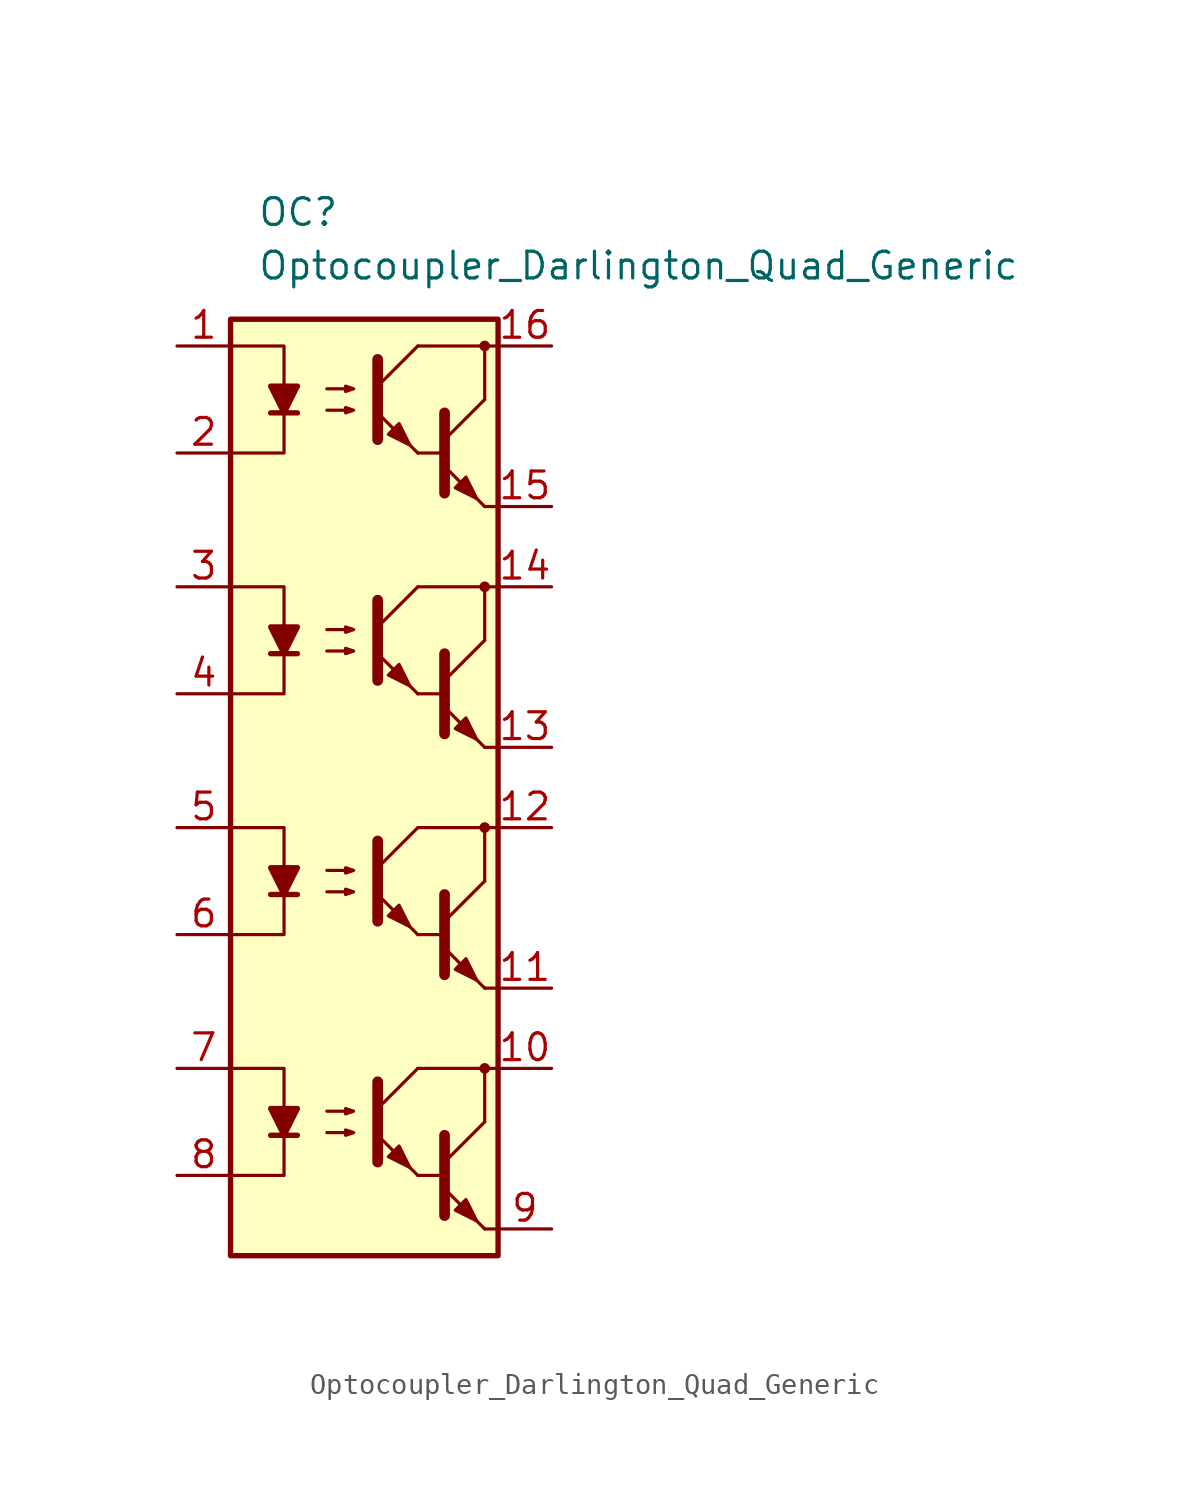
<source format=kicad_sym>
(kicad_symbol_lib
  (version 20211014)
  (generator kicad_symbol_editor)
  (symbol "Optocoupler_AKL:Optocoupler_Darlington_Quad_Generic"
    (pin_names
      (offset 1.016))
    (property "Reference" "OC"
      (at -5.08 26.67 0)
      (effects (font (size 1.27 1.27)) (justify left)))
    (property "Value" "Optocoupler_Darlington_Quad_Generic"
      (at -5.08 24.13 0)
      (effects (font (size 1.27 1.27)) (justify left)))
    (symbol "Optocoupler_Darlington_Quad_Generic_0_1"
      (rectangle (start -6.35 21.59) (end 6.35 -22.86) (stroke (width 0.254) (type default) (color 0 0 0 0)) (fill (type background)))
      (polyline (pts (xy -4.445 17.145) (xy -3.175 17.145)) (stroke (width 0.254) (type default) (color 0 0 0 0)) (fill (type none)))
      (polyline (pts (xy 2.54 15.24) (xy 3.81 15.24)) (stroke (width 0) (type default) (color 0 0 0 0)) (fill (type none)))
      (polyline (pts (xy 3.81 15.875) (xy 5.715 17.78)) (stroke (width 0) (type default) (color 0 0 0 0)) (fill (type none)))
      (polyline (pts (xy 5.715 12.7) (xy 3.81 14.605)) (stroke (width 0) (type default) (color 0 0 0 0)) (fill (type outline)))
      (polyline (pts (xy 5.715 12.7) (xy 6.35 12.7)) (stroke (width 0) (type default) (color 0 0 0 0)) (fill (type none)))
      (polyline (pts (xy 5.715 17.78) (xy 5.715 20.32)) (stroke (width 0) (type default) (color 0 0 0 0)) (fill (type none)))
      (polyline (pts (xy 6.35 20.32) (xy 2.54 20.32)) (stroke (width 0) (type default) (color 0 0 0 0)) (fill (type none)))
      (polyline (pts (xy -6.35 20.32) (xy -3.81 20.32) (xy -3.81 17.145)) (stroke (width 0) (type default) (color 0 0 0 0)) (fill (type none)))
      (polyline (pts (xy -3.81 17.145) (xy -3.81 15.24) (xy -6.35 15.24)) (stroke (width 0) (type default) (color 0 0 0 0)) (fill (type none)))
      (polyline (pts (xy 3.81 17.145) (xy 3.81 13.335) (xy 3.81 13.335)) (stroke (width 0.508) (type default) (color 0 0 0 0)) (fill (type none)))
      (polyline (pts (xy -3.81 17.145) (xy -4.445 18.415) (xy -3.175 18.415) (xy -3.81 17.145)) (stroke (width 0.254) (type default) (color 0 0 0 0)) (fill (type outline)))
      (polyline (pts (xy -1.778 17.272) (xy -0.508 17.272) (xy -0.889 17.145) (xy -0.889 17.399) (xy -0.508 17.272)) (stroke (width 0) (type default) (color 0 0 0 0)) (fill (type none)))
      (polyline (pts (xy -1.778 18.288) (xy -0.508 18.288) (xy -0.889 18.161) (xy -0.889 18.415) (xy -0.508 18.288)) (stroke (width 0) (type default) (color 0 0 0 0)) (fill (type none)))
      (polyline (pts (xy 4.318 13.589) (xy 4.826 14.097) (xy 5.334 13.081) (xy 4.318 13.589) (xy 4.318 13.589)) (stroke (width 0) (type default) (color 0 0 0 0)) (fill (type outline)))
      (circle (center 5.715 20.32) (radius 0.178) (stroke (width 0)) (stroke (width 0) (type default) (color 0 0 0 0)) (fill (type outline))))
    (symbol "Optocoupler_Darlington_Quad_Generic_1_1"
      (polyline (pts (xy -4.445 -17.145) (xy -3.175 -17.145)) (stroke (width 0.254) (type default) (color 0 0 0 0)) (fill (type none)))
      (polyline (pts (xy -4.445 -5.715) (xy -3.175 -5.715)) (stroke (width 0.254) (type default) (color 0 0 0 0)) (fill (type none)))
      (polyline (pts (xy -4.445 5.715) (xy -3.175 5.715)) (stroke (width 0.254) (type default) (color 0 0 0 0)) (fill (type none)))
      (polyline (pts (xy 0.635 -15.875) (xy 2.54 -13.97)) (stroke (width 0) (type default) (color 0 0 0 0)) (fill (type none)))
      (polyline (pts (xy 0.635 -4.445) (xy 2.54 -2.54)) (stroke (width 0) (type default) (color 0 0 0 0)) (fill (type none)))
      (polyline (pts (xy 0.635 6.985) (xy 2.54 8.89)) (stroke (width 0) (type default) (color 0 0 0 0)) (fill (type none)))
      (polyline (pts (xy 0.635 18.415) (xy 2.54 20.32)) (stroke (width 0) (type default) (color 0 0 0 0)) (fill (type none)))
      (polyline (pts (xy 2.54 -19.05) (xy 0.635 -17.145)) (stroke (width 0) (type default) (color 0 0 0 0)) (fill (type outline)))
      (polyline (pts (xy 2.54 -19.05) (xy 3.81 -19.05)) (stroke (width 0) (type default) (color 0 0 0 0)) (fill (type none)))
      (polyline (pts (xy 2.54 -7.62) (xy 0.635 -5.715)) (stroke (width 0) (type default) (color 0 0 0 0)) (fill (type outline)))
      (polyline (pts (xy 2.54 -7.62) (xy 3.81 -7.62)) (stroke (width 0) (type default) (color 0 0 0 0)) (fill (type none)))
      (polyline (pts (xy 2.54 3.81) (xy 0.635 5.715)) (stroke (width 0) (type default) (color 0 0 0 0)) (fill (type outline)))
      (polyline (pts (xy 2.54 3.81) (xy 3.81 3.81)) (stroke (width 0) (type default) (color 0 0 0 0)) (fill (type none)))
      (polyline (pts (xy 2.54 15.24) (xy 0.635 17.145)) (stroke (width 0) (type default) (color 0 0 0 0)) (fill (type outline)))
      (polyline (pts (xy 3.81 -18.415) (xy 5.715 -16.51)) (stroke (width 0) (type default) (color 0 0 0 0)) (fill (type none)))
      (polyline (pts (xy 3.81 -6.985) (xy 5.715 -5.08)) (stroke (width 0) (type default) (color 0 0 0 0)) (fill (type none)))
      (polyline (pts (xy 3.81 4.445) (xy 5.715 6.35)) (stroke (width 0) (type default) (color 0 0 0 0)) (fill (type none)))
      (polyline (pts (xy 5.715 -21.59) (xy 3.81 -19.685)) (stroke (width 0) (type default) (color 0 0 0 0)) (fill (type outline)))
      (polyline (pts (xy 5.715 -21.59) (xy 6.35 -21.59)) (stroke (width 0) (type default) (color 0 0 0 0)) (fill (type none)))
      (polyline (pts (xy 5.715 -16.51) (xy 5.715 -13.97)) (stroke (width 0) (type default) (color 0 0 0 0)) (fill (type none)))
      (polyline (pts (xy 5.715 -10.16) (xy 3.81 -8.255)) (stroke (width 0) (type default) (color 0 0 0 0)) (fill (type outline)))
      (polyline (pts (xy 5.715 -10.16) (xy 6.35 -10.16)) (stroke (width 0) (type default) (color 0 0 0 0)) (fill (type none)))
      (polyline (pts (xy 5.715 -5.08) (xy 5.715 -2.54)) (stroke (width 0) (type default) (color 0 0 0 0)) (fill (type none)))
      (polyline (pts (xy 5.715 1.27) (xy 3.81 3.175)) (stroke (width 0) (type default) (color 0 0 0 0)) (fill (type outline)))
      (polyline (pts (xy 5.715 1.27) (xy 6.35 1.27)) (stroke (width 0) (type default) (color 0 0 0 0)) (fill (type none)))
      (polyline (pts (xy 5.715 6.35) (xy 5.715 8.89)) (stroke (width 0) (type default) (color 0 0 0 0)) (fill (type none)))
      (polyline (pts (xy 6.35 -13.97) (xy 2.54 -13.97)) (stroke (width 0) (type default) (color 0 0 0 0)) (fill (type none)))
      (polyline (pts (xy 6.35 -2.54) (xy 2.54 -2.54)) (stroke (width 0) (type default) (color 0 0 0 0)) (fill (type none)))
      (polyline (pts (xy 6.35 8.89) (xy 2.54 8.89)) (stroke (width 0) (type default) (color 0 0 0 0)) (fill (type none)))
      (polyline (pts (xy -6.35 -13.97) (xy -3.81 -13.97) (xy -3.81 -17.145)) (stroke (width 0) (type default) (color 0 0 0 0)) (fill (type none)))
      (polyline (pts (xy -6.35 -2.54) (xy -3.81 -2.54) (xy -3.81 -5.715)) (stroke (width 0) (type default) (color 0 0 0 0)) (fill (type none)))
      (polyline (pts (xy -6.35 8.89) (xy -3.81 8.89) (xy -3.81 5.715)) (stroke (width 0) (type default) (color 0 0 0 0)) (fill (type none)))
      (polyline (pts (xy -3.81 -17.145) (xy -3.81 -19.05) (xy -6.35 -19.05)) (stroke (width 0) (type default) (color 0 0 0 0)) (fill (type none)))
      (polyline (pts (xy -3.81 -5.715) (xy -3.81 -7.62) (xy -6.35 -7.62)) (stroke (width 0) (type default) (color 0 0 0 0)) (fill (type none)))
      (polyline (pts (xy -3.81 5.715) (xy -3.81 3.81) (xy -6.35 3.81)) (stroke (width 0) (type default) (color 0 0 0 0)) (fill (type none)))
      (polyline (pts (xy 0.635 -14.605) (xy 0.635 -18.415) (xy 0.635 -18.415)) (stroke (width 0.508) (type default) (color 0 0 0 0)) (fill (type none)))
      (polyline (pts (xy 0.635 -3.175) (xy 0.635 -6.985) (xy 0.635 -6.985)) (stroke (width 0.508) (type default) (color 0 0 0 0)) (fill (type none)))
      (polyline (pts (xy 0.635 8.255) (xy 0.635 4.445) (xy 0.635 4.445)) (stroke (width 0.508) (type default) (color 0 0 0 0)) (fill (type none)))
      (polyline (pts (xy 0.635 19.685) (xy 0.635 15.875) (xy 0.635 15.875)) (stroke (width 0.508) (type default) (color 0 0 0 0)) (fill (type none)))
      (polyline (pts (xy 3.81 -17.145) (xy 3.81 -20.955) (xy 3.81 -20.955)) (stroke (width 0.508) (type default) (color 0 0 0 0)) (fill (type none)))
      (polyline (pts (xy 3.81 -5.715) (xy 3.81 -9.525) (xy 3.81 -9.525)) (stroke (width 0.508) (type default) (color 0 0 0 0)) (fill (type none)))
      (polyline (pts (xy 3.81 5.715) (xy 3.81 1.905) (xy 3.81 1.905)) (stroke (width 0.508) (type default) (color 0 0 0 0)) (fill (type none)))
      (polyline (pts (xy -3.81 -17.145) (xy -4.445 -15.875) (xy -3.175 -15.875) (xy -3.81 -17.145)) (stroke (width 0.254) (type default) (color 0 0 0 0)) (fill (type outline)))
      (polyline (pts (xy -3.81 -5.715) (xy -4.445 -4.445) (xy -3.175 -4.445) (xy -3.81 -5.715)) (stroke (width 0.254) (type default) (color 0 0 0 0)) (fill (type outline)))
      (polyline (pts (xy -3.81 5.715) (xy -4.445 6.985) (xy -3.175 6.985) (xy -3.81 5.715)) (stroke (width 0.254) (type default) (color 0 0 0 0)) (fill (type outline)))
      (polyline (pts (xy -1.778 -17.018) (xy -0.508 -17.018) (xy -0.889 -17.145) (xy -0.889 -16.891) (xy -0.508 -17.018)) (stroke (width 0) (type default) (color 0 0 0 0)) (fill (type none)))
      (polyline (pts (xy -1.778 -16.002) (xy -0.508 -16.002) (xy -0.889 -16.129) (xy -0.889 -15.875) (xy -0.508 -16.002)) (stroke (width 0) (type default) (color 0 0 0 0)) (fill (type none)))
      (polyline (pts (xy -1.778 -5.588) (xy -0.508 -5.588) (xy -0.889 -5.715) (xy -0.889 -5.461) (xy -0.508 -5.588)) (stroke (width 0) (type default) (color 0 0 0 0)) (fill (type none)))
      (polyline (pts (xy -1.778 -4.572) (xy -0.508 -4.572) (xy -0.889 -4.699) (xy -0.889 -4.445) (xy -0.508 -4.572)) (stroke (width 0) (type default) (color 0 0 0 0)) (fill (type none)))
      (polyline (pts (xy -1.778 5.842) (xy -0.508 5.842) (xy -0.889 5.715) (xy -0.889 5.969) (xy -0.508 5.842)) (stroke (width 0) (type default) (color 0 0 0 0)) (fill (type none)))
      (polyline (pts (xy -1.778 6.858) (xy -0.508 6.858) (xy -0.889 6.731) (xy -0.889 6.985) (xy -0.508 6.858)) (stroke (width 0) (type default) (color 0 0 0 0)) (fill (type none)))
      (polyline (pts (xy 1.143 -18.161) (xy 1.651 -17.653) (xy 2.159 -18.669) (xy 1.143 -18.161) (xy 1.143 -18.161)) (stroke (width 0) (type default) (color 0 0 0 0)) (fill (type outline)))
      (polyline (pts (xy 1.143 -6.731) (xy 1.651 -6.223) (xy 2.159 -7.239) (xy 1.143 -6.731) (xy 1.143 -6.731)) (stroke (width 0) (type default) (color 0 0 0 0)) (fill (type outline)))
      (polyline (pts (xy 1.143 4.699) (xy 1.651 5.207) (xy 2.159 4.191) (xy 1.143 4.699) (xy 1.143 4.699)) (stroke (width 0) (type default) (color 0 0 0 0)) (fill (type outline)))
      (polyline (pts (xy 1.143 16.129) (xy 1.651 16.637) (xy 2.159 15.621) (xy 1.143 16.129) (xy 1.143 16.129)) (stroke (width 0) (type default) (color 0 0 0 0)) (fill (type outline)))
      (polyline (pts (xy 4.318 -20.701) (xy 4.826 -20.193) (xy 5.334 -21.209) (xy 4.318 -20.701) (xy 4.318 -20.701)) (stroke (width 0) (type default) (color 0 0 0 0)) (fill (type outline)))
      (polyline (pts (xy 4.318 -9.271) (xy 4.826 -8.763) (xy 5.334 -9.779) (xy 4.318 -9.271) (xy 4.318 -9.271)) (stroke (width 0) (type default) (color 0 0 0 0)) (fill (type outline)))
      (polyline (pts (xy 4.318 2.159) (xy 4.826 2.667) (xy 5.334 1.651) (xy 4.318 2.159) (xy 4.318 2.159)) (stroke (width 0) (type default) (color 0 0 0 0)) (fill (type outline)))
      (circle (center 5.715 -13.97) (radius 0.178) (stroke (width 0)) (stroke (width 0) (type default) (color 0 0 0 0)) (fill (type outline)))
      (circle (center 5.715 -2.54) (radius 0.178) (stroke (width 0)) (stroke (width 0) (type default) (color 0 0 0 0)) (fill (type outline)))
      (circle (center 5.715 8.89) (radius 0.178) (stroke (width 0)) (stroke (width 0) (type default) (color 0 0 0 0)) (fill (type outline)))
      (pin passive line (at -8.89 20.32 0) (length 2.54) (name "~" (effects (font (size 1.27 1.27)))) (number "1" (effects (font (size 1.27 1.27)))))
      (pin passive line (at 8.89 -13.97 180) (length 2.54) (name "~" (effects (font (size 1.27 1.27)))) (number "10" (effects (font (size 1.27 1.27)))))
      (pin passive line (at 8.89 -10.16 180) (length 2.54) (name "~" (effects (font (size 1.27 1.27)))) (number "11" (effects (font (size 1.27 1.27)))))
      (pin passive line (at 8.89 -2.54 180) (length 2.54) (name "~" (effects (font (size 1.27 1.27)))) (number "12" (effects (font (size 1.27 1.27)))))
      (pin passive line (at 8.89 1.27 180) (length 2.54) (name "~" (effects (font (size 1.27 1.27)))) (number "13" (effects (font (size 1.27 1.27)))))
      (pin passive line (at 8.89 8.89 180) (length 2.54) (name "~" (effects (font (size 1.27 1.27)))) (number "14" (effects (font (size 1.27 1.27)))))
      (pin passive line (at 8.89 12.7 180) (length 2.54) (name "~" (effects (font (size 1.27 1.27)))) (number "15" (effects (font (size 1.27 1.27)))))
      (pin passive line (at 8.89 20.32 180) (length 2.54) (name "~" (effects (font (size 1.27 1.27)))) (number "16" (effects (font (size 1.27 1.27)))))
      (pin passive line (at -8.89 15.24 0) (length 2.54) (name "~" (effects (font (size 1.27 1.27)))) (number "2" (effects (font (size 1.27 1.27)))))
      (pin passive line (at -8.89 8.89 0) (length 2.54) (name "~" (effects (font (size 1.27 1.27)))) (number "3" (effects (font (size 1.27 1.27)))))
      (pin passive line (at -8.89 3.81 0) (length 2.54) (name "~" (effects (font (size 1.27 1.27)))) (number "4" (effects (font (size 1.27 1.27)))))
      (pin passive line (at -8.89 -2.54 0) (length 2.54) (name "~" (effects (font (size 1.27 1.27)))) (number "5" (effects (font (size 1.27 1.27)))))
      (pin passive line (at -8.89 -7.62 0) (length 2.54) (name "~" (effects (font (size 1.27 1.27)))) (number "6" (effects (font (size 1.27 1.27)))))
      (pin passive line (at -8.89 -13.97 0) (length 2.54) (name "~" (effects (font (size 1.27 1.27)))) (number "7" (effects (font (size 1.27 1.27)))))
      (pin passive line (at -8.89 -19.05 0) (length 2.54) (name "~" (effects (font (size 1.27 1.27)))) (number "8" (effects (font (size 1.27 1.27)))))
      (pin passive line (at 8.89 -21.59 180) (length 2.54) (name "~" (effects (font (size 1.27 1.27)))) (number "9" (effects (font (size 1.27 1.27))))))))
</source>
